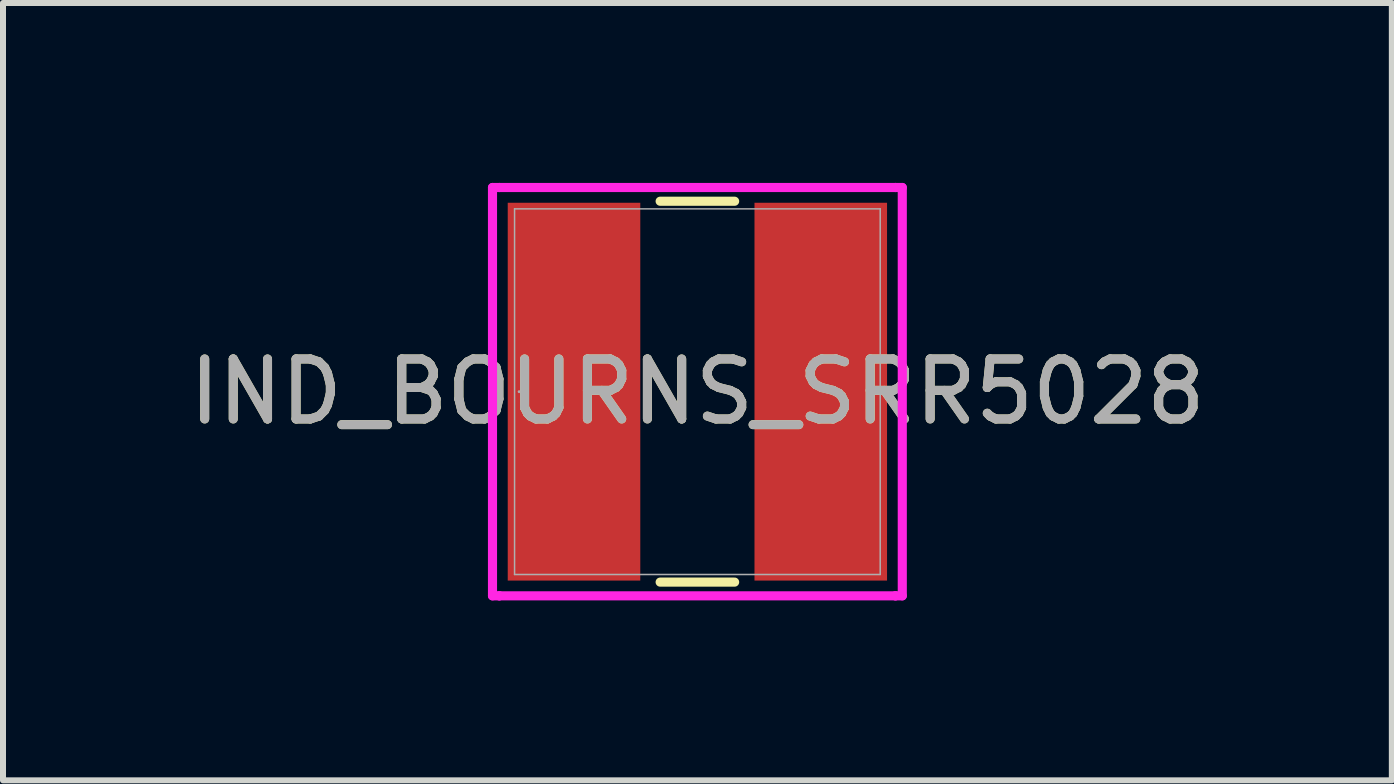
<source format=kicad_pcb>
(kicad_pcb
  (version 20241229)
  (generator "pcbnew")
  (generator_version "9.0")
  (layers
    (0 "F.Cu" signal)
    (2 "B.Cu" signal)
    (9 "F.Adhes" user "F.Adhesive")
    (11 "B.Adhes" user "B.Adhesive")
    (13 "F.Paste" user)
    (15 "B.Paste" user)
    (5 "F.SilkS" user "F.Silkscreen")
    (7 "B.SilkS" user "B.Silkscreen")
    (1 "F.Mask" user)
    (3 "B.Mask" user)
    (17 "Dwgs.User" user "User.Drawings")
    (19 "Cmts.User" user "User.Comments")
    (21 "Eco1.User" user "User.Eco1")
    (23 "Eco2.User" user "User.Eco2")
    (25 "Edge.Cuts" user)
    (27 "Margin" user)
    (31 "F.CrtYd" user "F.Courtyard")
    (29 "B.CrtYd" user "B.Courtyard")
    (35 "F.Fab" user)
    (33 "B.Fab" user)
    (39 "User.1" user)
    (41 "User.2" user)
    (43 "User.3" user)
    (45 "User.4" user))
  (footprint "IND_BOURNS_SRR5028"
    (layer "F.Cu")
    (at 8.577 3.48)
    (property "Reference" "IND_BOURNS_SRR5028" (at 0 0 0) (unlocked yes) (layer "F.SilkS") (effects (font (size 1 1) (thickness 0.15))))
    (attr smd)
    (fp_line (start -0.621 3.175) (end 0.621 3.175) (stroke (width 0.152) (type solid)) (layer "F.SilkS"))
    (fp_line (start 0.621 -3.175) (end -0.621 -3.175) (stroke (width 0.152) (type solid)) (layer "F.SilkS"))
    (fp_line (start -3.416 -3.404) (end -3.302 -3.404) (stroke (width 0.152) (type solid)) (layer "F.CrtYd"))
    (fp_line (start -3.416 3.404) (end -3.416 -3.404) (stroke (width 0.152) (type solid)) (layer "F.CrtYd"))
    (fp_line (start -3.302 -3.404) (end -3.302 -3.404) (stroke (width 0.152) (type solid)) (layer "F.CrtYd"))
    (fp_line (start -3.302 -3.404) (end 3.302 -3.404) (stroke (width 0.152) (type solid)) (layer "F.CrtYd"))
    (fp_line (start -3.302 3.404) (end -3.416 3.404) (stroke (width 0.152) (type solid)) (layer "F.CrtYd"))
    (fp_line (start -3.302 3.404) (end -3.302 3.404) (stroke (width 0.152) (type solid)) (layer "F.CrtYd"))
    (fp_line (start 3.302 -3.404) (end 3.302 -3.404) (stroke (width 0.152) (type solid)) (layer "F.CrtYd"))
    (fp_line (start 3.302 -3.404) (end 3.416 -3.404) (stroke (width 0.152) (type solid)) (layer "F.CrtYd"))
    (fp_line (start 3.302 3.404) (end -3.302 3.404) (stroke (width 0.152) (type solid)) (layer "F.CrtYd"))
    (fp_line (start 3.302 3.404) (end 3.302 3.404) (stroke (width 0.152) (type solid)) (layer "F.CrtYd"))
    (fp_line (start 3.416 -3.404) (end 3.416 3.404) (stroke (width 0.152) (type solid)) (layer "F.CrtYd"))
    (fp_line (start 3.416 3.404) (end 3.302 3.404) (stroke (width 0.152) (type solid)) (layer "F.CrtYd"))
    (fp_line (start -3.048 -3.048) (end -3.048 3.048) (stroke (width 0.025) (type solid)) (layer "F.Fab"))
    (fp_line (start -3.048 3.048) (end 3.048 3.048) (stroke (width 0.025) (type solid)) (layer "F.Fab"))
    (fp_line (start 3.048 -3.048) (end -3.048 -3.048) (stroke (width 0.025) (type solid)) (layer "F.Fab"))
    (fp_line (start 3.048 3.048) (end 3.048 -3.048) (stroke (width 0.025) (type solid)) (layer "F.Fab"))
    (fp_circle (center -2.972 0) (end -2.972 0) (stroke (width 0.025) (type solid)) (fill no) (layer "F.Fab"))
    (fp_text user "${REFERENCE}" (at 0 0 0) (unlocked yes) (layer "F.Fab") (effects (font (size 1 1) (thickness 0.15))))
    (pad "1" smd rect (at -2.057 0) (size 2.21 6.299) (layers "F.Cu" "F.Mask" "F.Paste"))
    (pad "2" smd rect (at 2.057 0) (size 2.21 6.299) (layers "F.Cu" "F.Mask" "F.Paste"))
    (zone (net_name "") (layer "F.Cu") (hatch full 0.508) (connect_pads) (min_thickness 0.254) (filled_areas_thickness no) (keepout (tracks not_allowed) (vias not_allowed) (pads allowed) (copperpour not_allowed) (footprints allowed)) (placement (enabled no)) (fill) (polygon (pts (xy 7.676 0.381) (xy 9.479 0.381) (xy 9.479 6.579) (xy 7.676 6.579)))))
  (gr_rect
    (start -3 -3)
    (end 20.155 9.96)
    (stroke (width 0.1) (type default))
    (fill no)
    (layer "Edge.Cuts")))
</source>
